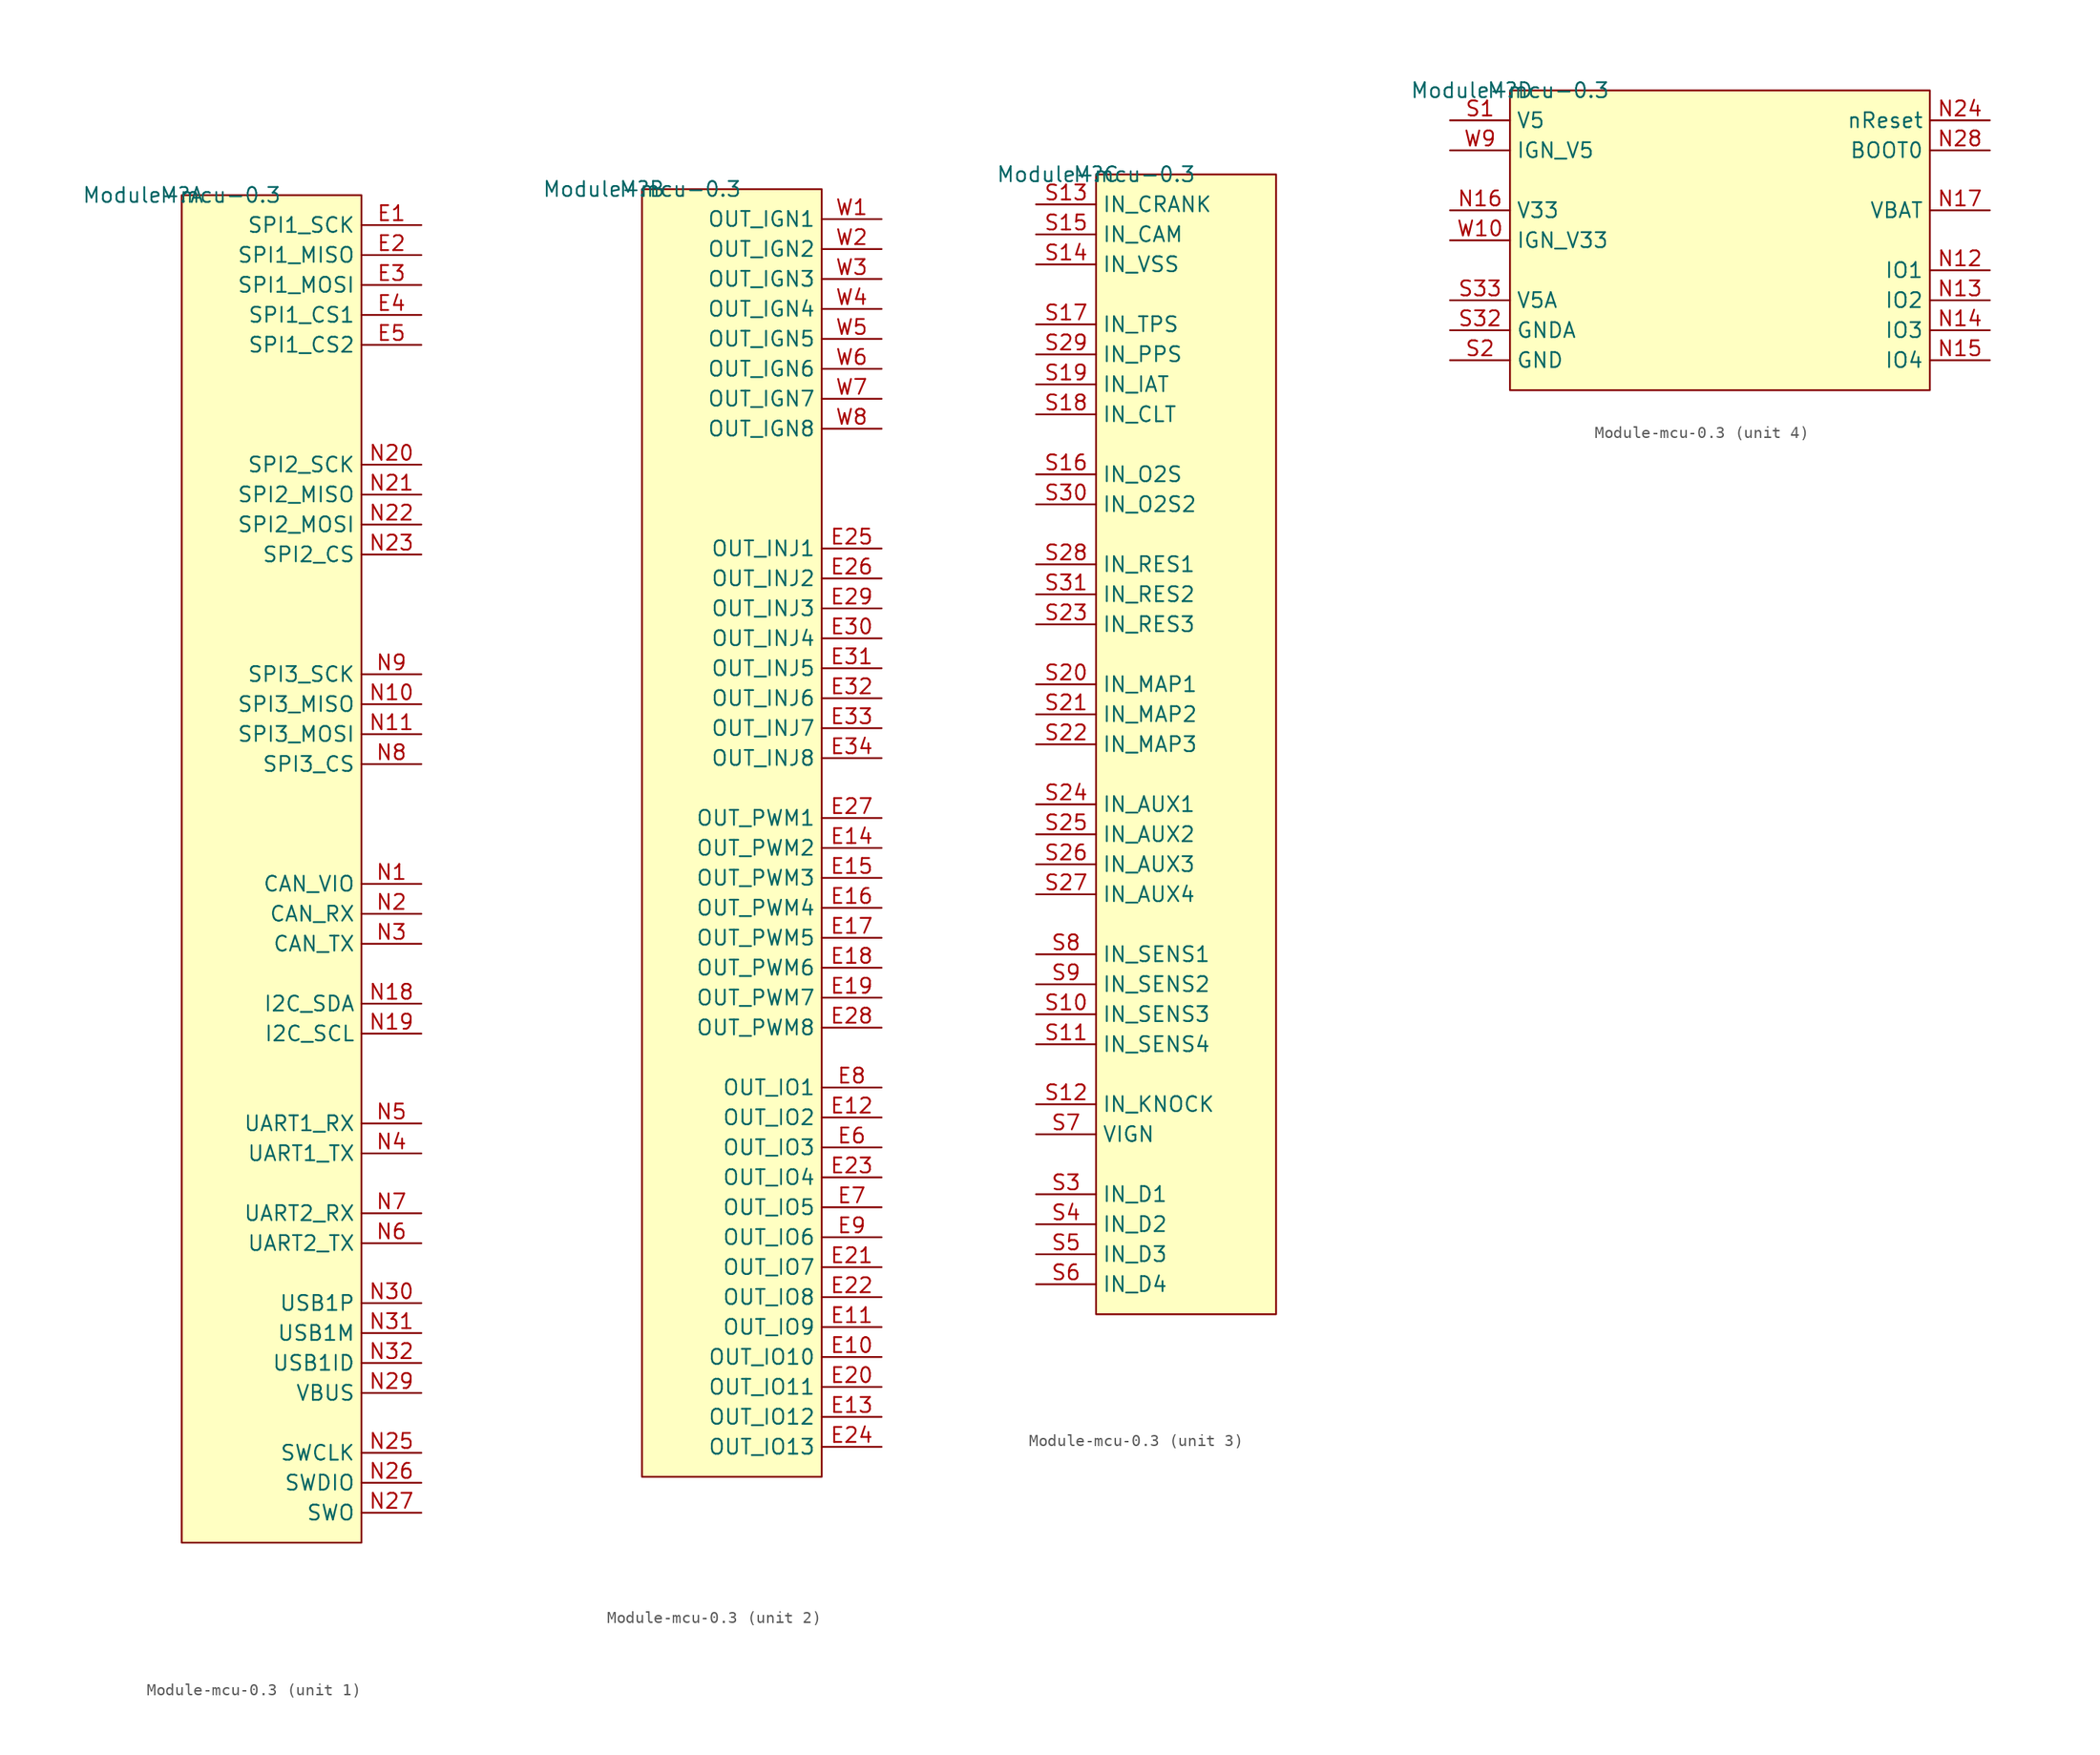
<source format=kicad_sym>
(kicad_symbol_lib
  (version 20201005)
  (generator kicad_symbol_editor)
  (symbol "mcu:Module-mcu-0.3"
    (property "Reference" "M"
      (at 0 0 0)
      (effects (font (size 1.27 1.27))))
    (property "Value" "Module-mcu-0.3"
      (at 0 0 0)
      (effects (font (size 1.27 1.27))))
    (symbol "Module-mcu-0.3_1_0"
      (rectangle (start 15.24 0) (end 0 -114.3) (stroke (width 0)) (fill (type background)))
      (pin passive line (at 20.32 -2.54 180) (length 5.08) (name "SPI1_SCK" (effects (font (size 1.27 1.27)))) (number "E1" (effects (font (size 1.27 1.27)))))
      (pin passive line (at 20.32 -5.08 180) (length 5.08) (name "SPI1_MISO" (effects (font (size 1.27 1.27)))) (number "E2" (effects (font (size 1.27 1.27)))))
      (pin passive line (at 20.32 -7.62 180) (length 5.08) (name "SPI1_MOSI" (effects (font (size 1.27 1.27)))) (number "E3" (effects (font (size 1.27 1.27)))))
      (pin passive line (at 20.32 -10.16 180) (length 5.08) (name "SPI1_CS1" (effects (font (size 1.27 1.27)))) (number "E4" (effects (font (size 1.27 1.27)))))
      (pin passive line (at 20.32 -12.7 180) (length 5.08) (name "SPI1_CS2" (effects (font (size 1.27 1.27)))) (number "E5" (effects (font (size 1.27 1.27)))))
      (pin passive line (at 20.32 -58.42 180) (length 5.08) (name "CAN_VIO" (effects (font (size 1.27 1.27)))) (number "N1" (effects (font (size 1.27 1.27)))))
      (pin passive line (at 20.32 -43.18 180) (length 5.08) (name "SPI3_MISO" (effects (font (size 1.27 1.27)))) (number "N10" (effects (font (size 1.27 1.27)))))
      (pin passive line (at 20.32 -45.72 180) (length 5.08) (name "SPI3_MOSI" (effects (font (size 1.27 1.27)))) (number "N11" (effects (font (size 1.27 1.27)))))
      (pin passive line (at 20.32 -68.58 180) (length 5.08) (name "I2C_SDA" (effects (font (size 1.27 1.27)))) (number "N18" (effects (font (size 1.27 1.27)))))
      (pin passive line (at 20.32 -71.12 180) (length 5.08) (name "I2C_SCL" (effects (font (size 1.27 1.27)))) (number "N19" (effects (font (size 1.27 1.27)))))
      (pin passive line (at 20.32 -60.96 180) (length 5.08) (name "CAN_RX" (effects (font (size 1.27 1.27)))) (number "N2" (effects (font (size 1.27 1.27)))))
      (pin passive line (at 20.32 -22.86 180) (length 5.08) (name "SPI2_SCK" (effects (font (size 1.27 1.27)))) (number "N20" (effects (font (size 1.27 1.27)))))
      (pin passive line (at 20.32 -25.4 180) (length 5.08) (name "SPI2_MISO" (effects (font (size 1.27 1.27)))) (number "N21" (effects (font (size 1.27 1.27)))))
      (pin passive line (at 20.32 -27.94 180) (length 5.08) (name "SPI2_MOSI" (effects (font (size 1.27 1.27)))) (number "N22" (effects (font (size 1.27 1.27)))))
      (pin passive line (at 20.32 -30.48 180) (length 5.08) (name "SPI2_CS" (effects (font (size 1.27 1.27)))) (number "N23" (effects (font (size 1.27 1.27)))))
      (pin passive line (at 20.32 -106.68 180) (length 5.08) (name "SWCLK" (effects (font (size 1.27 1.27)))) (number "N25" (effects (font (size 1.27 1.27)))))
      (pin passive line (at 20.32 -109.22 180) (length 5.08) (name "SWDIO" (effects (font (size 1.27 1.27)))) (number "N26" (effects (font (size 1.27 1.27)))))
      (pin passive line (at 20.32 -111.76 180) (length 5.08) (name "SWO" (effects (font (size 1.27 1.27)))) (number "N27" (effects (font (size 1.27 1.27)))))
      (pin passive line (at 20.32 -101.6 180) (length 5.08) (name "VBUS" (effects (font (size 1.27 1.27)))) (number "N29" (effects (font (size 1.27 1.27)))))
      (pin passive line (at 20.32 -63.5 180) (length 5.08) (name "CAN_TX" (effects (font (size 1.27 1.27)))) (number "N3" (effects (font (size 1.27 1.27)))))
      (pin passive line (at 20.32 -93.98 180) (length 5.08) (name "USB1P" (effects (font (size 1.27 1.27)))) (number "N30" (effects (font (size 1.27 1.27)))))
      (pin passive line (at 20.32 -96.52 180) (length 5.08) (name "USB1M" (effects (font (size 1.27 1.27)))) (number "N31" (effects (font (size 1.27 1.27)))))
      (pin passive line (at 20.32 -99.06 180) (length 5.08) (name "USB1ID" (effects (font (size 1.27 1.27)))) (number "N32" (effects (font (size 1.27 1.27)))))
      (pin passive line (at 20.32 -81.28 180) (length 5.08) (name "UART1_TX" (effects (font (size 1.27 1.27)))) (number "N4" (effects (font (size 1.27 1.27)))))
      (pin passive line (at 20.32 -78.74 180) (length 5.08) (name "UART1_RX" (effects (font (size 1.27 1.27)))) (number "N5" (effects (font (size 1.27 1.27)))))
      (pin passive line (at 20.32 -88.9 180) (length 5.08) (name "UART2_TX" (effects (font (size 1.27 1.27)))) (number "N6" (effects (font (size 1.27 1.27)))))
      (pin passive line (at 20.32 -86.36 180) (length 5.08) (name "UART2_RX" (effects (font (size 1.27 1.27)))) (number "N7" (effects (font (size 1.27 1.27)))))
      (pin passive line (at 20.32 -48.26 180) (length 5.08) (name "SPI3_CS" (effects (font (size 1.27 1.27)))) (number "N8" (effects (font (size 1.27 1.27)))))
      (pin passive line (at 20.32 -40.64 180) (length 5.08) (name "SPI3_SCK" (effects (font (size 1.27 1.27)))) (number "N9" (effects (font (size 1.27 1.27))))))
    (symbol "Module-mcu-0.3_2_0"
      (rectangle (start 15.24 0) (end 0 -109.22) (stroke (width 0)) (fill (type background)))
      (pin passive line (at 20.32 -99.06 180) (length 5.08) (name "OUT_IO10" (effects (font (size 1.27 1.27)))) (number "E10" (effects (font (size 1.27 1.27)))))
      (pin passive line (at 20.32 -96.52 180) (length 5.08) (name "OUT_IO9" (effects (font (size 1.27 1.27)))) (number "E11" (effects (font (size 1.27 1.27)))))
      (pin passive line (at 20.32 -78.74 180) (length 5.08) (name "OUT_IO2" (effects (font (size 1.27 1.27)))) (number "E12" (effects (font (size 1.27 1.27)))))
      (pin passive line (at 20.32 -104.14 180) (length 5.08) (name "OUT_IO12" (effects (font (size 1.27 1.27)))) (number "E13" (effects (font (size 1.27 1.27)))))
      (pin passive line (at 20.32 -55.88 180) (length 5.08) (name "OUT_PWM2" (effects (font (size 1.27 1.27)))) (number "E14" (effects (font (size 1.27 1.27)))))
      (pin passive line (at 20.32 -58.42 180) (length 5.08) (name "OUT_PWM3" (effects (font (size 1.27 1.27)))) (number "E15" (effects (font (size 1.27 1.27)))))
      (pin passive line (at 20.32 -60.96 180) (length 5.08) (name "OUT_PWM4" (effects (font (size 1.27 1.27)))) (number "E16" (effects (font (size 1.27 1.27)))))
      (pin passive line (at 20.32 -63.5 180) (length 5.08) (name "OUT_PWM5" (effects (font (size 1.27 1.27)))) (number "E17" (effects (font (size 1.27 1.27)))))
      (pin passive line (at 20.32 -66.04 180) (length 5.08) (name "OUT_PWM6" (effects (font (size 1.27 1.27)))) (number "E18" (effects (font (size 1.27 1.27)))))
      (pin passive line (at 20.32 -68.58 180) (length 5.08) (name "OUT_PWM7" (effects (font (size 1.27 1.27)))) (number "E19" (effects (font (size 1.27 1.27)))))
      (pin passive line (at 20.32 -101.6 180) (length 5.08) (name "OUT_IO11" (effects (font (size 1.27 1.27)))) (number "E20" (effects (font (size 1.27 1.27)))))
      (pin passive line (at 20.32 -91.44 180) (length 5.08) (name "OUT_IO7" (effects (font (size 1.27 1.27)))) (number "E21" (effects (font (size 1.27 1.27)))))
      (pin passive line (at 20.32 -93.98 180) (length 5.08) (name "OUT_IO8" (effects (font (size 1.27 1.27)))) (number "E22" (effects (font (size 1.27 1.27)))))
      (pin passive line (at 20.32 -83.82 180) (length 5.08) (name "OUT_IO4" (effects (font (size 1.27 1.27)))) (number "E23" (effects (font (size 1.27 1.27)))))
      (pin passive line (at 20.32 -106.68 180) (length 5.08) (name "OUT_IO13" (effects (font (size 1.27 1.27)))) (number "E24" (effects (font (size 1.27 1.27)))))
      (pin passive line (at 20.32 -30.48 180) (length 5.08) (name "OUT_INJ1" (effects (font (size 1.27 1.27)))) (number "E25" (effects (font (size 1.27 1.27)))))
      (pin passive line (at 20.32 -33.02 180) (length 5.08) (name "OUT_INJ2" (effects (font (size 1.27 1.27)))) (number "E26" (effects (font (size 1.27 1.27)))))
      (pin passive line (at 20.32 -53.34 180) (length 5.08) (name "OUT_PWM1" (effects (font (size 1.27 1.27)))) (number "E27" (effects (font (size 1.27 1.27)))))
      (pin passive line (at 20.32 -71.12 180) (length 5.08) (name "OUT_PWM8" (effects (font (size 1.27 1.27)))) (number "E28" (effects (font (size 1.27 1.27)))))
      (pin passive line (at 20.32 -35.56 180) (length 5.08) (name "OUT_INJ3" (effects (font (size 1.27 1.27)))) (number "E29" (effects (font (size 1.27 1.27)))))
      (pin passive line (at 20.32 -38.1 180) (length 5.08) (name "OUT_INJ4" (effects (font (size 1.27 1.27)))) (number "E30" (effects (font (size 1.27 1.27)))))
      (pin passive line (at 20.32 -40.64 180) (length 5.08) (name "OUT_INJ5" (effects (font (size 1.27 1.27)))) (number "E31" (effects (font (size 1.27 1.27)))))
      (pin passive line (at 20.32 -43.18 180) (length 5.08) (name "OUT_INJ6" (effects (font (size 1.27 1.27)))) (number "E32" (effects (font (size 1.27 1.27)))))
      (pin passive line (at 20.32 -45.72 180) (length 5.08) (name "OUT_INJ7" (effects (font (size 1.27 1.27)))) (number "E33" (effects (font (size 1.27 1.27)))))
      (pin passive line (at 20.32 -48.26 180) (length 5.08) (name "OUT_INJ8" (effects (font (size 1.27 1.27)))) (number "E34" (effects (font (size 1.27 1.27)))))
      (pin passive line (at 20.32 -81.28 180) (length 5.08) (name "OUT_IO3" (effects (font (size 1.27 1.27)))) (number "E6" (effects (font (size 1.27 1.27)))))
      (pin passive line (at 20.32 -86.36 180) (length 5.08) (name "OUT_IO5" (effects (font (size 1.27 1.27)))) (number "E7" (effects (font (size 1.27 1.27)))))
      (pin passive line (at 20.32 -76.2 180) (length 5.08) (name "OUT_IO1" (effects (font (size 1.27 1.27)))) (number "E8" (effects (font (size 1.27 1.27)))))
      (pin passive line (at 20.32 -88.9 180) (length 5.08) (name "OUT_IO6" (effects (font (size 1.27 1.27)))) (number "E9" (effects (font (size 1.27 1.27)))))
      (pin passive line (at 20.32 -2.54 180) (length 5.08) (name "OUT_IGN1" (effects (font (size 1.27 1.27)))) (number "W1" (effects (font (size 1.27 1.27)))))
      (pin passive line (at 20.32 -5.08 180) (length 5.08) (name "OUT_IGN2" (effects (font (size 1.27 1.27)))) (number "W2" (effects (font (size 1.27 1.27)))))
      (pin passive line (at 20.32 -7.62 180) (length 5.08) (name "OUT_IGN3" (effects (font (size 1.27 1.27)))) (number "W3" (effects (font (size 1.27 1.27)))))
      (pin passive line (at 20.32 -10.16 180) (length 5.08) (name "OUT_IGN4" (effects (font (size 1.27 1.27)))) (number "W4" (effects (font (size 1.27 1.27)))))
      (pin passive line (at 20.32 -12.7 180) (length 5.08) (name "OUT_IGN5" (effects (font (size 1.27 1.27)))) (number "W5" (effects (font (size 1.27 1.27)))))
      (pin passive line (at 20.32 -15.24 180) (length 5.08) (name "OUT_IGN6" (effects (font (size 1.27 1.27)))) (number "W6" (effects (font (size 1.27 1.27)))))
      (pin passive line (at 20.32 -17.78 180) (length 5.08) (name "OUT_IGN7" (effects (font (size 1.27 1.27)))) (number "W7" (effects (font (size 1.27 1.27)))))
      (pin passive line (at 20.32 -20.32 180) (length 5.08) (name "OUT_IGN8" (effects (font (size 1.27 1.27)))) (number "W8" (effects (font (size 1.27 1.27))))))
    (symbol "Module-mcu-0.3_3_0"
      (rectangle (start 15.24 0) (end 0 -96.52) (stroke (width 0)) (fill (type background)))
      (pin passive line (at -5.08 -71.12 0) (length 5.08) (name "IN_SENS3" (effects (font (size 1.27 1.27)))) (number "S10" (effects (font (size 1.27 1.27)))))
      (pin passive line (at -5.08 -73.66 0) (length 5.08) (name "IN_SENS4" (effects (font (size 1.27 1.27)))) (number "S11" (effects (font (size 1.27 1.27)))))
      (pin passive line (at -5.08 -78.74 0) (length 5.08) (name "IN_KNOCK" (effects (font (size 1.27 1.27)))) (number "S12" (effects (font (size 1.27 1.27)))))
      (pin passive line (at -5.08 -2.54 0) (length 5.08) (name "IN_CRANK" (effects (font (size 1.27 1.27)))) (number "S13" (effects (font (size 1.27 1.27)))))
      (pin passive line (at -5.08 -7.62 0) (length 5.08) (name "IN_VSS" (effects (font (size 1.27 1.27)))) (number "S14" (effects (font (size 1.27 1.27)))))
      (pin passive line (at -5.08 -5.08 0) (length 5.08) (name "IN_CAM" (effects (font (size 1.27 1.27)))) (number "S15" (effects (font (size 1.27 1.27)))))
      (pin passive line (at -5.08 -25.4 0) (length 5.08) (name "IN_O2S" (effects (font (size 1.27 1.27)))) (number "S16" (effects (font (size 1.27 1.27)))))
      (pin passive line (at -5.08 -12.7 0) (length 5.08) (name "IN_TPS" (effects (font (size 1.27 1.27)))) (number "S17" (effects (font (size 1.27 1.27)))))
      (pin passive line (at -5.08 -20.32 0) (length 5.08) (name "IN_CLT" (effects (font (size 1.27 1.27)))) (number "S18" (effects (font (size 1.27 1.27)))))
      (pin passive line (at -5.08 -17.78 0) (length 5.08) (name "IN_IAT" (effects (font (size 1.27 1.27)))) (number "S19" (effects (font (size 1.27 1.27)))))
      (pin passive line (at -5.08 -43.18 0) (length 5.08) (name "IN_MAP1" (effects (font (size 1.27 1.27)))) (number "S20" (effects (font (size 1.27 1.27)))))
      (pin passive line (at -5.08 -45.72 0) (length 5.08) (name "IN_MAP2" (effects (font (size 1.27 1.27)))) (number "S21" (effects (font (size 1.27 1.27)))))
      (pin passive line (at -5.08 -48.26 0) (length 5.08) (name "IN_MAP3" (effects (font (size 1.27 1.27)))) (number "S22" (effects (font (size 1.27 1.27)))))
      (pin passive line (at -5.08 -38.1 0) (length 5.08) (name "IN_RES3" (effects (font (size 1.27 1.27)))) (number "S23" (effects (font (size 1.27 1.27)))))
      (pin passive line (at -5.08 -53.34 0) (length 5.08) (name "IN_AUX1" (effects (font (size 1.27 1.27)))) (number "S24" (effects (font (size 1.27 1.27)))))
      (pin passive line (at -5.08 -55.88 0) (length 5.08) (name "IN_AUX2" (effects (font (size 1.27 1.27)))) (number "S25" (effects (font (size 1.27 1.27)))))
      (pin passive line (at -5.08 -58.42 0) (length 5.08) (name "IN_AUX3" (effects (font (size 1.27 1.27)))) (number "S26" (effects (font (size 1.27 1.27)))))
      (pin passive line (at -5.08 -60.96 0) (length 5.08) (name "IN_AUX4" (effects (font (size 1.27 1.27)))) (number "S27" (effects (font (size 1.27 1.27)))))
      (pin passive line (at -5.08 -33.02 0) (length 5.08) (name "IN_RES1" (effects (font (size 1.27 1.27)))) (number "S28" (effects (font (size 1.27 1.27)))))
      (pin passive line (at -5.08 -15.24 0) (length 5.08) (name "IN_PPS" (effects (font (size 1.27 1.27)))) (number "S29" (effects (font (size 1.27 1.27)))))
      (pin passive line (at -5.08 -86.36 0) (length 5.08) (name "IN_D1" (effects (font (size 1.27 1.27)))) (number "S3" (effects (font (size 1.27 1.27)))))
      (pin passive line (at -5.08 -27.94 0) (length 5.08) (name "IN_O2S2" (effects (font (size 1.27 1.27)))) (number "S30" (effects (font (size 1.27 1.27)))))
      (pin passive line (at -5.08 -35.56 0) (length 5.08) (name "IN_RES2" (effects (font (size 1.27 1.27)))) (number "S31" (effects (font (size 1.27 1.27)))))
      (pin passive line (at -5.08 -88.9 0) (length 5.08) (name "IN_D2" (effects (font (size 1.27 1.27)))) (number "S4" (effects (font (size 1.27 1.27)))))
      (pin passive line (at -5.08 -91.44 0) (length 5.08) (name "IN_D3" (effects (font (size 1.27 1.27)))) (number "S5" (effects (font (size 1.27 1.27)))))
      (pin passive line (at -5.08 -93.98 0) (length 5.08) (name "IN_D4" (effects (font (size 1.27 1.27)))) (number "S6" (effects (font (size 1.27 1.27)))))
      (pin passive line (at -5.08 -81.28 0) (length 5.08) (name "VIGN" (effects (font (size 1.27 1.27)))) (number "S7" (effects (font (size 1.27 1.27)))))
      (pin passive line (at -5.08 -66.04 0) (length 5.08) (name "IN_SENS1" (effects (font (size 1.27 1.27)))) (number "S8" (effects (font (size 1.27 1.27)))))
      (pin passive line (at -5.08 -68.58 0) (length 5.08) (name "IN_SENS2" (effects (font (size 1.27 1.27)))) (number "S9" (effects (font (size 1.27 1.27))))))
    (symbol "Module-mcu-0.3_4_0"
      (rectangle (start 35.56 0) (end 0 -25.4) (stroke (width 0)) (fill (type background)))
      (pin passive line (at 40.64 -15.24 180) (length 5.08) (name "IO1" (effects (font (size 1.27 1.27)))) (number "N12" (effects (font (size 1.27 1.27)))))
      (pin passive line (at 40.64 -17.78 180) (length 5.08) (name "IO2" (effects (font (size 1.27 1.27)))) (number "N13" (effects (font (size 1.27 1.27)))))
      (pin passive line (at 40.64 -20.32 180) (length 5.08) (name "IO3" (effects (font (size 1.27 1.27)))) (number "N14" (effects (font (size 1.27 1.27)))))
      (pin passive line (at 40.64 -22.86 180) (length 5.08) (name "IO4" (effects (font (size 1.27 1.27)))) (number "N15" (effects (font (size 1.27 1.27)))))
      (pin passive line (at -5.08 -10.16 0) (length 5.08) (name "V33" (effects (font (size 1.27 1.27)))) (number "N16" (effects (font (size 1.27 1.27)))))
      (pin passive line (at 40.64 -10.16 180) (length 5.08) (name "VBAT" (effects (font (size 1.27 1.27)))) (number "N17" (effects (font (size 1.27 1.27)))))
      (pin passive line (at 40.64 -2.54 180) (length 5.08) (name "nReset" (effects (font (size 1.27 1.27)))) (number "N24" (effects (font (size 1.27 1.27)))))
      (pin passive line (at 40.64 -5.08 180) (length 5.08) (name "BOOT0" (effects (font (size 1.27 1.27)))) (number "N28" (effects (font (size 1.27 1.27)))))
      (pin passive line (at -5.08 -2.54 0) (length 5.08) (name "V5" (effects (font (size 1.27 1.27)))) (number "S1" (effects (font (size 1.27 1.27)))))
      (pin passive line (at -5.08 -22.86 0) (length 5.08) (name "GND" (effects (font (size 1.27 1.27)))) (number "S2" (effects (font (size 1.27 1.27)))))
      (pin passive line (at -5.08 -20.32 0) (length 5.08) (name "GNDA" (effects (font (size 1.27 1.27)))) (number "S32" (effects (font (size 1.27 1.27)))))
      (pin passive line (at -5.08 -17.78 0) (length 5.08) (name "V5A" (effects (font (size 1.27 1.27)))) (number "S33" (effects (font (size 1.27 1.27)))))
      (pin passive line (at -5.08 -12.7 0) (length 5.08) (name "IGN_V33" (effects (font (size 1.27 1.27)))) (number "W10" (effects (font (size 1.27 1.27)))))
      (pin passive line (at -5.08 -5.08 0) (length 5.08) (name "IGN_V5" (effects (font (size 1.27 1.27)))) (number "W9" (effects (font (size 1.27 1.27))))))))
</source>
